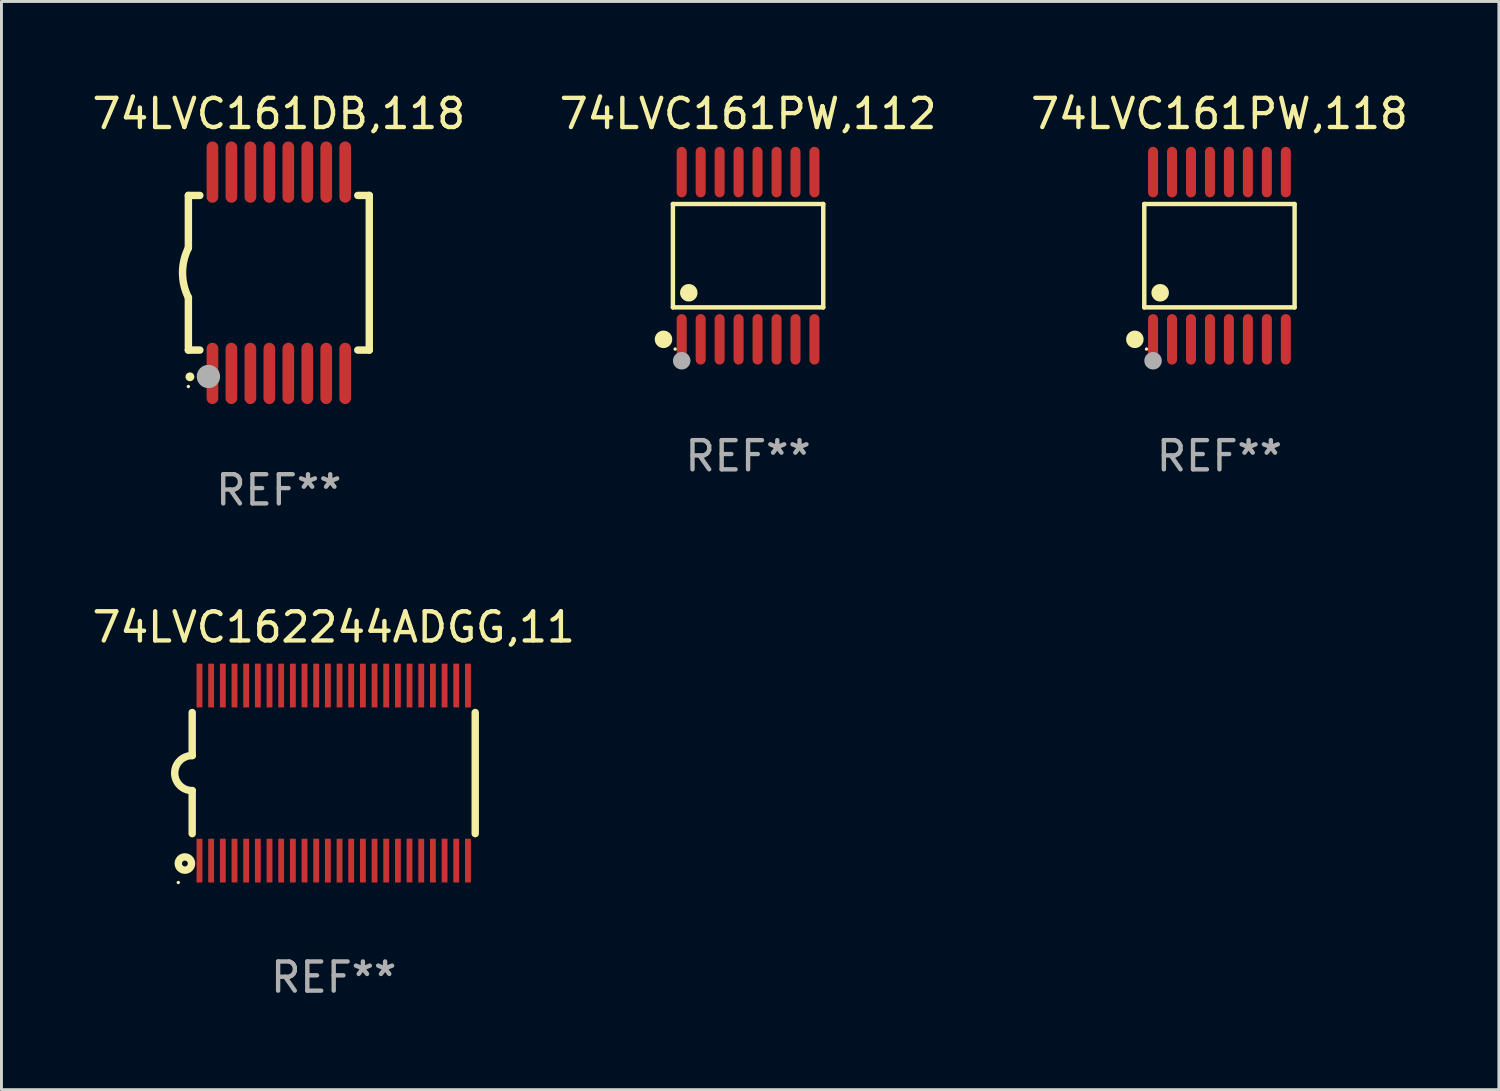
<source format=kicad_pcb>
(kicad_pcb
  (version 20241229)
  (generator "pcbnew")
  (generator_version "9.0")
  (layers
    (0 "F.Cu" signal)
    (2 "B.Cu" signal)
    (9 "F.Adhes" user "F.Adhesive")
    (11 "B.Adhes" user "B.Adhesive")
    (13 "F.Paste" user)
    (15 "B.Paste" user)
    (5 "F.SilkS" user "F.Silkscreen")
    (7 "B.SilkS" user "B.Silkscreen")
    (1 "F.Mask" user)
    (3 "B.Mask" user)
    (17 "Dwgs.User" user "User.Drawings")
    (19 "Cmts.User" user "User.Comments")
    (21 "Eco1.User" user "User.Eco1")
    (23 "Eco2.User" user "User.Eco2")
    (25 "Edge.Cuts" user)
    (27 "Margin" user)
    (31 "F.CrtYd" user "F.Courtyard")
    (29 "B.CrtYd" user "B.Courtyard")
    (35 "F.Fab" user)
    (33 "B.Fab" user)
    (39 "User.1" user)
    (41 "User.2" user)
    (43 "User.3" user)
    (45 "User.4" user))
  (footprint "74LVC162244ADGG,11"
    (layer "F.Cu")
    (at 8.387 23.446)
    (property "Reference" "74LVC162244ADGG,11" (at 0 -5.001 0) (layer "F.SilkS") (effects (font (size 1 1) (thickness 0.15))))
    (attr through_hole)
    (fp_line (start -4.85 -2.076) (end -4.85 -0.6) (stroke (width 0.254) (type solid)) (layer "F.SilkS"))
    (fp_line (start -4.85 2.076) (end -4.85 0.6) (stroke (width 0.254) (type solid)) (layer "F.SilkS"))
    (fp_line (start 4.85 -2.075) (end 4.85 2.075) (stroke (width 0.254) (type solid)) (layer "F.SilkS"))
    (fp_arc (start -4.850013 0.6) (mid -5.449099 -0.0008) (end -4.848869 -0.600457) (stroke (width 0.254001) (type solid)) (layer "F.SilkS"))
    (fp_circle (center -5.327 3.751) (end -5.297 3.751) (stroke (width 0.06) (type solid)) (fill no) (layer "F.SilkS"))
    (fp_circle (center -5.1 3.1) (end -5 3.1) (stroke (width 0.254) (type solid)) (fill no) (layer "F.SilkS"))
    (fp_text user "REF**" (at 0 7.001 0) (layer "F.Fab") (effects (font (size 1 1) (thickness 0.15))))
    (pad "1" smd rect (at -4.6 3) (size 0.2 1.5) (layers "F.Cu" "F.Mask" "F.Paste"))
    (pad "2" smd rect (at -4.2 3) (size 0.2 1.5) (layers "F.Cu" "F.Mask" "F.Paste"))
    (pad "3" smd rect (at -3.8 3) (size 0.2 1.5) (layers "F.Cu" "F.Mask" "F.Paste"))
    (pad "4" smd rect (at -3.4 3) (size 0.2 1.5) (layers "F.Cu" "F.Mask" "F.Paste"))
    (pad "5" smd rect (at -3 3.001) (size 0.2 1.5) (layers "F.Cu" "F.Mask" "F.Paste"))
    (pad "6" smd rect (at -2.6 3) (size 0.2 1.5) (layers "F.Cu" "F.Mask" "F.Paste"))
    (pad "7" smd rect (at -2.2 3) (size 0.2 1.5) (layers "F.Cu" "F.Mask" "F.Paste"))
    (pad "8" smd rect (at -1.8 3) (size 0.2 1.5) (layers "F.Cu" "F.Mask" "F.Paste"))
    (pad "9" smd rect (at -1.4 3) (size 0.2 1.5) (layers "F.Cu" "F.Mask" "F.Paste"))
    (pad "10" smd rect (at -1 3) (size 0.2 1.5) (layers "F.Cu" "F.Mask" "F.Paste"))
    (pad "11" smd rect (at -0.6 3) (size 0.2 1.5) (layers "F.Cu" "F.Mask" "F.Paste"))
    (pad "12" smd rect (at -0.2 3) (size 0.2 1.5) (layers "F.Cu" "F.Mask" "F.Paste"))
    (pad "13" smd rect (at 0.2 3) (size 0.2 1.5) (layers "F.Cu" "F.Mask" "F.Paste"))
    (pad "14" smd rect (at 0.6 3) (size 0.2 1.5) (layers "F.Cu" "F.Mask" "F.Paste"))
    (pad "15" smd rect (at 1 3) (size 0.2 1.5) (layers "F.Cu" "F.Mask" "F.Paste"))
    (pad "16" smd rect (at 1.4 3) (size 0.2 1.5) (layers "F.Cu" "F.Mask" "F.Paste"))
    (pad "17" smd rect (at 1.8 3) (size 0.2 1.5) (layers "F.Cu" "F.Mask" "F.Paste"))
    (pad "18" smd rect (at 2.2 3.001) (size 0.2 1.5) (layers "F.Cu" "F.Mask" "F.Paste"))
    (pad "19" smd rect (at 2.598 2.998) (size 0.2 1.5) (layers "F.Cu" "F.Mask" "F.Paste"))
    (pad "20" smd rect (at 3 3) (size 0.2 1.5) (layers "F.Cu" "F.Mask" "F.Paste"))
    (pad "21" smd rect (at 3.4 3) (size 0.2 1.5) (layers "F.Cu" "F.Mask" "F.Paste"))
    (pad "22" smd rect (at 3.8 2.998) (size 0.2 1.5) (layers "F.Cu" "F.Mask" "F.Paste"))
    (pad "23" smd rect (at 4.2 3) (size 0.2 1.5) (layers "F.Cu" "F.Mask" "F.Paste"))
    (pad "24" smd rect (at 4.6 3) (size 0.2 1.5) (layers "F.Cu" "F.Mask" "F.Paste"))
    (pad "25" smd rect (at 4.6 -3) (size 0.2 1.5) (layers "F.Cu" "F.Mask" "F.Paste"))
    (pad "26" smd rect (at 4.2 -3) (size 0.2 1.5) (layers "F.Cu" "F.Mask" "F.Paste"))
    (pad "27" smd rect (at 3.8 -3) (size 0.2 1.5) (layers "F.Cu" "F.Mask" "F.Paste"))
    (pad "28" smd rect (at 3.4 -3) (size 0.2 1.5) (layers "F.Cu" "F.Mask" "F.Paste"))
    (pad "29" smd rect (at 3 -3) (size 0.2 1.5) (layers "F.Cu" "F.Mask" "F.Paste"))
    (pad "30" smd rect (at 2.6 -3) (size 0.2 1.5) (layers "F.Cu" "F.Mask" "F.Paste"))
    (pad "31" smd rect (at 2.2 -3) (size 0.2 1.5) (layers "F.Cu" "F.Mask" "F.Paste"))
    (pad "32" smd rect (at 1.8 -3) (size 0.2 1.5) (layers "F.Cu" "F.Mask" "F.Paste"))
    (pad "33" smd rect (at 1.4 -3) (size 0.2 1.5) (layers "F.Cu" "F.Mask" "F.Paste"))
    (pad "34" smd rect (at 1 -3) (size 0.2 1.5) (layers "F.Cu" "F.Mask" "F.Paste"))
    (pad "35" smd rect (at 0.6 -3) (size 0.2 1.5) (layers "F.Cu" "F.Mask" "F.Paste"))
    (pad "36" smd rect (at 0.201 -3.001) (size 0.2 1.5) (layers "F.Cu" "F.Mask" "F.Paste"))
    (pad "37" smd rect (at -0.2 -3) (size 0.2 1.5) (layers "F.Cu" "F.Mask" "F.Paste"))
    (pad "38" smd rect (at -0.6 -3) (size 0.2 1.5) (layers "F.Cu" "F.Mask" "F.Paste"))
    (pad "39" smd rect (at -1 -3) (size 0.2 1.5) (layers "F.Cu" "F.Mask" "F.Paste"))
    (pad "40" smd rect (at -1.4 -3) (size 0.2 1.5) (layers "F.Cu" "F.Mask" "F.Paste"))
    (pad "41" smd rect (at -1.8 -3) (size 0.2 1.5) (layers "F.Cu" "F.Mask" "F.Paste"))
    (pad "42" smd rect (at -2.2 -3) (size 0.2 1.5) (layers "F.Cu" "F.Mask" "F.Paste"))
    (pad "43" smd rect (at -2.6 -3) (size 0.2 1.5) (layers "F.Cu" "F.Mask" "F.Paste"))
    (pad "44" smd rect (at -3 -3) (size 0.2 1.5) (layers "F.Cu" "F.Mask" "F.Paste"))
    (pad "45" smd rect (at -3.4 -3) (size 0.2 1.5) (layers "F.Cu" "F.Mask" "F.Paste"))
    (pad "46" smd rect (at -3.8 -3) (size 0.2 1.5) (layers "F.Cu" "F.Mask" "F.Paste"))
    (pad "47" smd rect (at -4.2 -3) (size 0.2 1.5) (layers "F.Cu" "F.Mask" "F.Paste"))
    (pad "48" smd rect (at -4.6 -3) (size 0.2 1.5) (layers "F.Cu" "F.Mask" "F.Paste")))
  (footprint "74LVC161DB,118"
    (layer "F.Cu")
    (at 6.506 6.298)
    (property "Reference" "74LVC161DB,118" (at 0 -5.45 0) (layer "F.SilkS") (effects (font (size 1 1) (thickness 0.15))))
    (attr through_hole)
    (fp_line (start -3.1 -2.65) (end -3.1 -0.85) (stroke (width 0.254) (type solid)) (layer "F.SilkS"))
    (fp_line (start -3.1 -2.65) (end -2.706 -2.65) (stroke (width 0.254) (type solid)) (layer "F.SilkS"))
    (fp_line (start -3.1 2.65) (end -3.1 0.85) (stroke (width 0.254) (type solid)) (layer "F.SilkS"))
    (fp_line (start -3.1 2.65) (end -2.706 2.65) (stroke (width 0.254) (type solid)) (layer "F.SilkS"))
    (fp_line (start 2.706 -2.65) (end 3.1 -2.65) (stroke (width 0.254) (type solid)) (layer "F.SilkS"))
    (fp_line (start 2.706 2.65) (end 3.1 2.65) (stroke (width 0.254) (type solid)) (layer "F.SilkS"))
    (fp_line (start 3.1 -2.65) (end 3.1 2.65) (stroke (width 0.254) (type solid)) (layer "F.SilkS"))
    (fp_arc (start -3.098907 0.850902) (mid -3.300057 0.000523) (end -3.1 -0.850114) (stroke (width 0.254001) (type solid)) (layer "F.SilkS"))
    (fp_arc (start -3.048006 3.566066) (mid -3.046736 3.566061) (end -3.045466 3.566066) (stroke (width 0.3) (type solid)) (layer "F.SilkS"))
    (fp_circle (center -3.1 3.9) (end -3.07 3.9) (stroke (width 0.06) (type solid)) (fill no) (layer "F.SilkS"))
    (fp_circle (center -2.413 3.556) (end -2.213 3.556) (stroke (width 0.4) (type solid)) (fill no) (layer "F.Fab"))
    (fp_text user "REF**" (at 0 7.45 0) (layer "F.Fab") (effects (font (size 1 1) (thickness 0.15))))
    (pad "1" smd oval (at -2.275 3.45 180) (size 0.4 2.1) (layers "F.Cu" "F.Mask" "F.Paste"))
    (pad "2" smd oval (at -1.625 3.45 180) (size 0.4 2.1) (layers "F.Cu" "F.Mask" "F.Paste"))
    (pad "3" smd oval (at -0.975 3.45 180) (size 0.4 2.1) (layers "F.Cu" "F.Mask" "F.Paste"))
    (pad "4" smd oval (at -0.325 3.45 180) (size 0.4 2.1) (layers "F.Cu" "F.Mask" "F.Paste"))
    (pad "5" smd oval (at 0.325 3.45 180) (size 0.4 2.1) (layers "F.Cu" "F.Mask" "F.Paste"))
    (pad "6" smd oval (at 0.975 3.45 180) (size 0.4 2.1) (layers "F.Cu" "F.Mask" "F.Paste"))
    (pad "7" smd oval (at 1.625 3.45 180) (size 0.4 2.1) (layers "F.Cu" "F.Mask" "F.Paste"))
    (pad "8" smd oval (at 2.275 3.45 180) (size 0.4 2.1) (layers "F.Cu" "F.Mask" "F.Paste"))
    (pad "9" smd oval (at 2.275 -3.45 180) (size 0.4 2.1) (layers "F.Cu" "F.Mask" "F.Paste"))
    (pad "10" smd oval (at 1.625 -3.45 180) (size 0.4 2.1) (layers "F.Cu" "F.Mask" "F.Paste"))
    (pad "11" smd oval (at 0.975 -3.45 180) (size 0.4 2.1) (layers "F.Cu" "F.Mask" "F.Paste"))
    (pad "12" smd oval (at 0.325 -3.45 180) (size 0.4 2.1) (layers "F.Cu" "F.Mask" "F.Paste"))
    (pad "13" smd oval (at -0.325 -3.45 180) (size 0.4 2.1) (layers "F.Cu" "F.Mask" "F.Paste"))
    (pad "14" smd oval (at -0.975 -3.45 180) (size 0.4 2.1) (layers "F.Cu" "F.Mask" "F.Paste"))
    (pad "15" smd oval (at -1.625 -3.45 180) (size 0.4 2.1) (layers "F.Cu" "F.Mask" "F.Paste"))
    (pad "16" smd oval (at -2.275 -3.45 180) (size 0.4 2.1) (layers "F.Cu" "F.Mask" "F.Paste")))
  (footprint "74LVC161PW,118"
    (layer "F.Cu")
    (at 38.744 5.714)
    (property "Reference" "74LVC161PW,118" (at 0 -4.866 0) (layer "F.SilkS") (effects (font (size 1 1) (thickness 0.15))))
    (attr through_hole)
    (fp_line (start -2.576 -1.772) (end 2.576 -1.772) (stroke (width 0.152) (type solid)) (layer "F.SilkS"))
    (fp_line (start -2.576 1.771) (end -2.576 -1.772) (stroke (width 0.152) (type solid)) (layer "F.SilkS"))
    (fp_line (start 2.576 -1.772) (end 2.576 1.771) (stroke (width 0.152) (type solid)) (layer "F.SilkS"))
    (fp_line (start 2.576 1.771) (end -2.576 1.771) (stroke (width 0.152) (type solid)) (layer "F.SilkS"))
    (fp_circle (center -2.899 2.866) (end -2.749 2.866) (stroke (width 0.3) (type solid)) (fill no) (layer "F.SilkS"))
    (fp_circle (center -2.5 3.2) (end -2.47 3.2) (stroke (width 0.06) (type solid)) (fill no) (layer "F.SilkS"))
    (fp_circle (center -2.032 1.27) (end -1.882 1.27) (stroke (width 0.3) (type solid)) (fill no) (layer "F.SilkS"))
    (fp_circle (center -2.275 3.6) (end -2.125 3.6) (stroke (width 0.3) (type solid)) (fill no) (layer "F.Fab"))
    (fp_text user "REF**" (at 0 6.866 0) (layer "F.Fab") (effects (font (size 1 1) (thickness 0.15))))
    (pad "1" smd oval (at -2.275 2.866) (size 0.343 1.731) (layers "F.Cu" "F.Mask" "F.Paste"))
    (pad "2" smd oval (at -1.625 2.866) (size 0.343 1.731) (layers "F.Cu" "F.Mask" "F.Paste"))
    (pad "3" smd oval (at -0.975 2.866) (size 0.343 1.731) (layers "F.Cu" "F.Mask" "F.Paste"))
    (pad "4" smd oval (at -0.325 2.866) (size 0.343 1.731) (layers "F.Cu" "F.Mask" "F.Paste"))
    (pad "5" smd oval (at 0.325 2.866) (size 0.343 1.731) (layers "F.Cu" "F.Mask" "F.Paste"))
    (pad "6" smd oval (at 0.975 2.866) (size 0.343 1.731) (layers "F.Cu" "F.Mask" "F.Paste"))
    (pad "7" smd oval (at 1.625 2.866) (size 0.343 1.731) (layers "F.Cu" "F.Mask" "F.Paste"))
    (pad "8" smd oval (at 2.275 2.866) (size 0.343 1.731) (layers "F.Cu" "F.Mask" "F.Paste"))
    (pad "9" smd oval (at 2.275 -2.866) (size 0.343 1.731) (layers "F.Cu" "F.Mask" "F.Paste"))
    (pad "10" smd oval (at 1.625 -2.866) (size 0.343 1.731) (layers "F.Cu" "F.Mask" "F.Paste"))
    (pad "11" smd oval (at 0.975 -2.866) (size 0.343 1.731) (layers "F.Cu" "F.Mask" "F.Paste"))
    (pad "12" smd oval (at 0.325 -2.866) (size 0.343 1.731) (layers "F.Cu" "F.Mask" "F.Paste"))
    (pad "13" smd oval (at -0.325 -2.866) (size 0.343 1.731) (layers "F.Cu" "F.Mask" "F.Paste"))
    (pad "14" smd oval (at -0.975 -2.866) (size 0.343 1.731) (layers "F.Cu" "F.Mask" "F.Paste"))
    (pad "15" smd oval (at -1.625 -2.866) (size 0.343 1.731) (layers "F.Cu" "F.Mask" "F.Paste"))
    (pad "16" smd oval (at -2.275 -2.866) (size 0.343 1.731) (layers "F.Cu" "F.Mask" "F.Paste")))
  (footprint "74LVC161PW,112"
    (layer "F.Cu")
    (at 22.589 5.714)
    (property "Reference" "74LVC161PW,112" (at 0 -4.866 0) (layer "F.SilkS") (effects (font (size 1 1) (thickness 0.15))))
    (attr through_hole)
    (fp_line (start -2.576 -1.772) (end 2.576 -1.772) (stroke (width 0.152) (type solid)) (layer "F.SilkS"))
    (fp_line (start -2.576 1.771) (end -2.576 -1.772) (stroke (width 0.152) (type solid)) (layer "F.SilkS"))
    (fp_line (start 2.576 -1.772) (end 2.576 1.771) (stroke (width 0.152) (type solid)) (layer "F.SilkS"))
    (fp_line (start 2.576 1.771) (end -2.576 1.771) (stroke (width 0.152) (type solid)) (layer "F.SilkS"))
    (fp_circle (center -2.899 2.866) (end -2.749 2.866) (stroke (width 0.3) (type solid)) (fill no) (layer "F.SilkS"))
    (fp_circle (center -2.5 3.2) (end -2.47 3.2) (stroke (width 0.06) (type solid)) (fill no) (layer "F.SilkS"))
    (fp_circle (center -2.032 1.27) (end -1.882 1.27) (stroke (width 0.3) (type solid)) (fill no) (layer "F.SilkS"))
    (fp_circle (center -2.275 3.6) (end -2.125 3.6) (stroke (width 0.3) (type solid)) (fill no) (layer "F.Fab"))
    (fp_text user "REF**" (at 0 6.866 0) (layer "F.Fab") (effects (font (size 1 1) (thickness 0.15))))
    (pad "1" smd oval (at -2.275 2.866) (size 0.343 1.731) (layers "F.Cu" "F.Mask" "F.Paste"))
    (pad "2" smd oval (at -1.625 2.866) (size 0.343 1.731) (layers "F.Cu" "F.Mask" "F.Paste"))
    (pad "3" smd oval (at -0.975 2.866) (size 0.343 1.731) (layers "F.Cu" "F.Mask" "F.Paste"))
    (pad "4" smd oval (at -0.325 2.866) (size 0.343 1.731) (layers "F.Cu" "F.Mask" "F.Paste"))
    (pad "5" smd oval (at 0.325 2.866) (size 0.343 1.731) (layers "F.Cu" "F.Mask" "F.Paste"))
    (pad "6" smd oval (at 0.975 2.866) (size 0.343 1.731) (layers "F.Cu" "F.Mask" "F.Paste"))
    (pad "7" smd oval (at 1.625 2.866) (size 0.343 1.731) (layers "F.Cu" "F.Mask" "F.Paste"))
    (pad "8" smd oval (at 2.275 2.866) (size 0.343 1.731) (layers "F.Cu" "F.Mask" "F.Paste"))
    (pad "9" smd oval (at 2.275 -2.866) (size 0.343 1.731) (layers "F.Cu" "F.Mask" "F.Paste"))
    (pad "10" smd oval (at 1.625 -2.866) (size 0.343 1.731) (layers "F.Cu" "F.Mask" "F.Paste"))
    (pad "11" smd oval (at 0.975 -2.866) (size 0.343 1.731) (layers "F.Cu" "F.Mask" "F.Paste"))
    (pad "12" smd oval (at 0.325 -2.866) (size 0.343 1.731) (layers "F.Cu" "F.Mask" "F.Paste"))
    (pad "13" smd oval (at -0.325 -2.866) (size 0.343 1.731) (layers "F.Cu" "F.Mask" "F.Paste"))
    (pad "14" smd oval (at -0.975 -2.866) (size 0.343 1.731) (layers "F.Cu" "F.Mask" "F.Paste"))
    (pad "15" smd oval (at -1.625 -2.866) (size 0.343 1.731) (layers "F.Cu" "F.Mask" "F.Paste"))
    (pad "16" smd oval (at -2.275 -2.866) (size 0.343 1.731) (layers "F.Cu" "F.Mask" "F.Paste")))
  (gr_rect
    (start -3 -3)
    (end 48.321 34.295)
    (stroke (width 0.1) (type default))
    (fill no)
    (layer "Edge.Cuts")))
</source>
